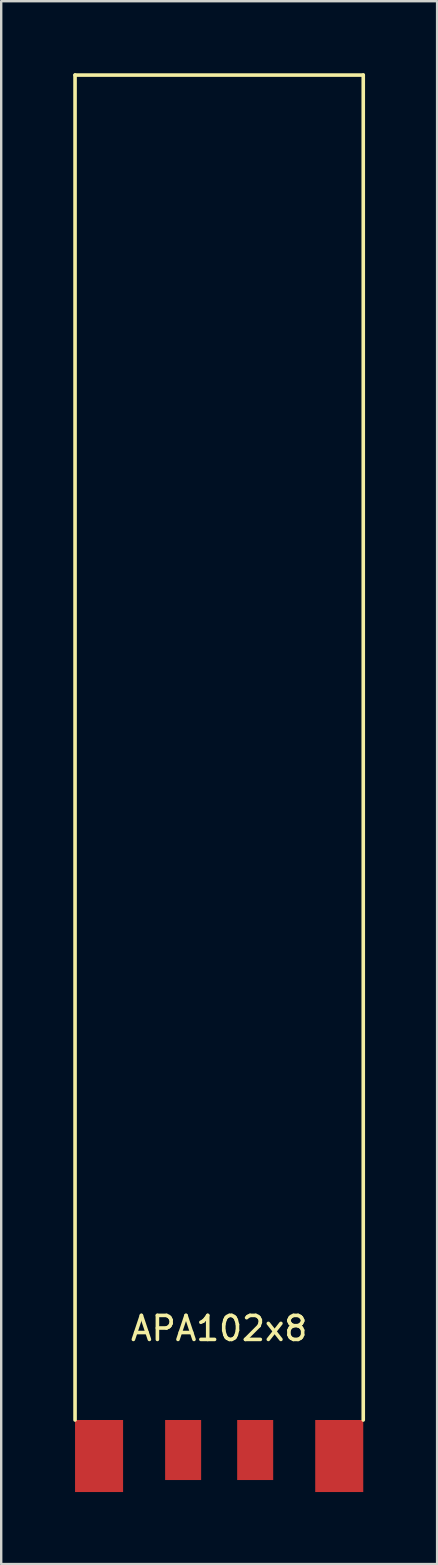
<source format=kicad_pcb>
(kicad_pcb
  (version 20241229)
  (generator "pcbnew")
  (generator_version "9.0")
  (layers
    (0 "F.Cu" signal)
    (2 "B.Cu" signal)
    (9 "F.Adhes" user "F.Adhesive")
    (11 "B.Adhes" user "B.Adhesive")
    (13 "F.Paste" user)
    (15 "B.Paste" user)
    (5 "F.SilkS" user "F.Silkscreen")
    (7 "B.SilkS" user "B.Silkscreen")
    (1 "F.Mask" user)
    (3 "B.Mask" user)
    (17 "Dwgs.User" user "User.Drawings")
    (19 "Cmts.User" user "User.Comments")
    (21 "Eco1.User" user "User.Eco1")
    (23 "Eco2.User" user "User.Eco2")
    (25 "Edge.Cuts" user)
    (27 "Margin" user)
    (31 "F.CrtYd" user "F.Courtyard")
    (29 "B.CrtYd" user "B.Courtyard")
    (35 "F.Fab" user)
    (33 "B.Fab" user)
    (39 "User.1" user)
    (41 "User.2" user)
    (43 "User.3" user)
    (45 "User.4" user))
  (footprint "APA102x8"
    (layer "F.Cu")
    (at 6.075 56.075)
    (property "Reference" "APA102x8" (at 0 -3.81 0) (layer "F.SilkS") (effects (font (size 1 1) (thickness 0.15))))
    (attr through_hole)
    (fp_line (start -6 -56) (end -6 0) (stroke (width 0.15) (type solid)) (layer "F.SilkS"))
    (fp_line (start 6 -56) (end -6 -56) (stroke (width 0.15) (type solid)) (layer "F.SilkS"))
    (fp_line (start 6 0) (end 6 -56) (stroke (width 0.15) (type solid)) (layer "F.SilkS"))
    (pad "1" smd rect (at -5 1.5) (size 2 3) (layers "F.Cu" "F.Mask" "F.Paste"))
    (pad "2" smd rect (at -1.5 1.25) (size 1.5 2.5) (layers "F.Cu" "F.Mask" "F.Paste"))
    (pad "3" smd rect (at 1.5 1.25) (size 1.5 2.5) (layers "F.Cu" "F.Mask" "F.Paste"))
    (pad "4" smd rect (at 5 1.5) (size 2 3) (layers "F.Cu" "F.Mask" "F.Paste")))
  (gr_rect
    (start -3 -3)
    (end 15.15 62.075)
    (stroke (width 0.1) (type default))
    (fill no)
    (layer "Edge.Cuts")))
</source>
